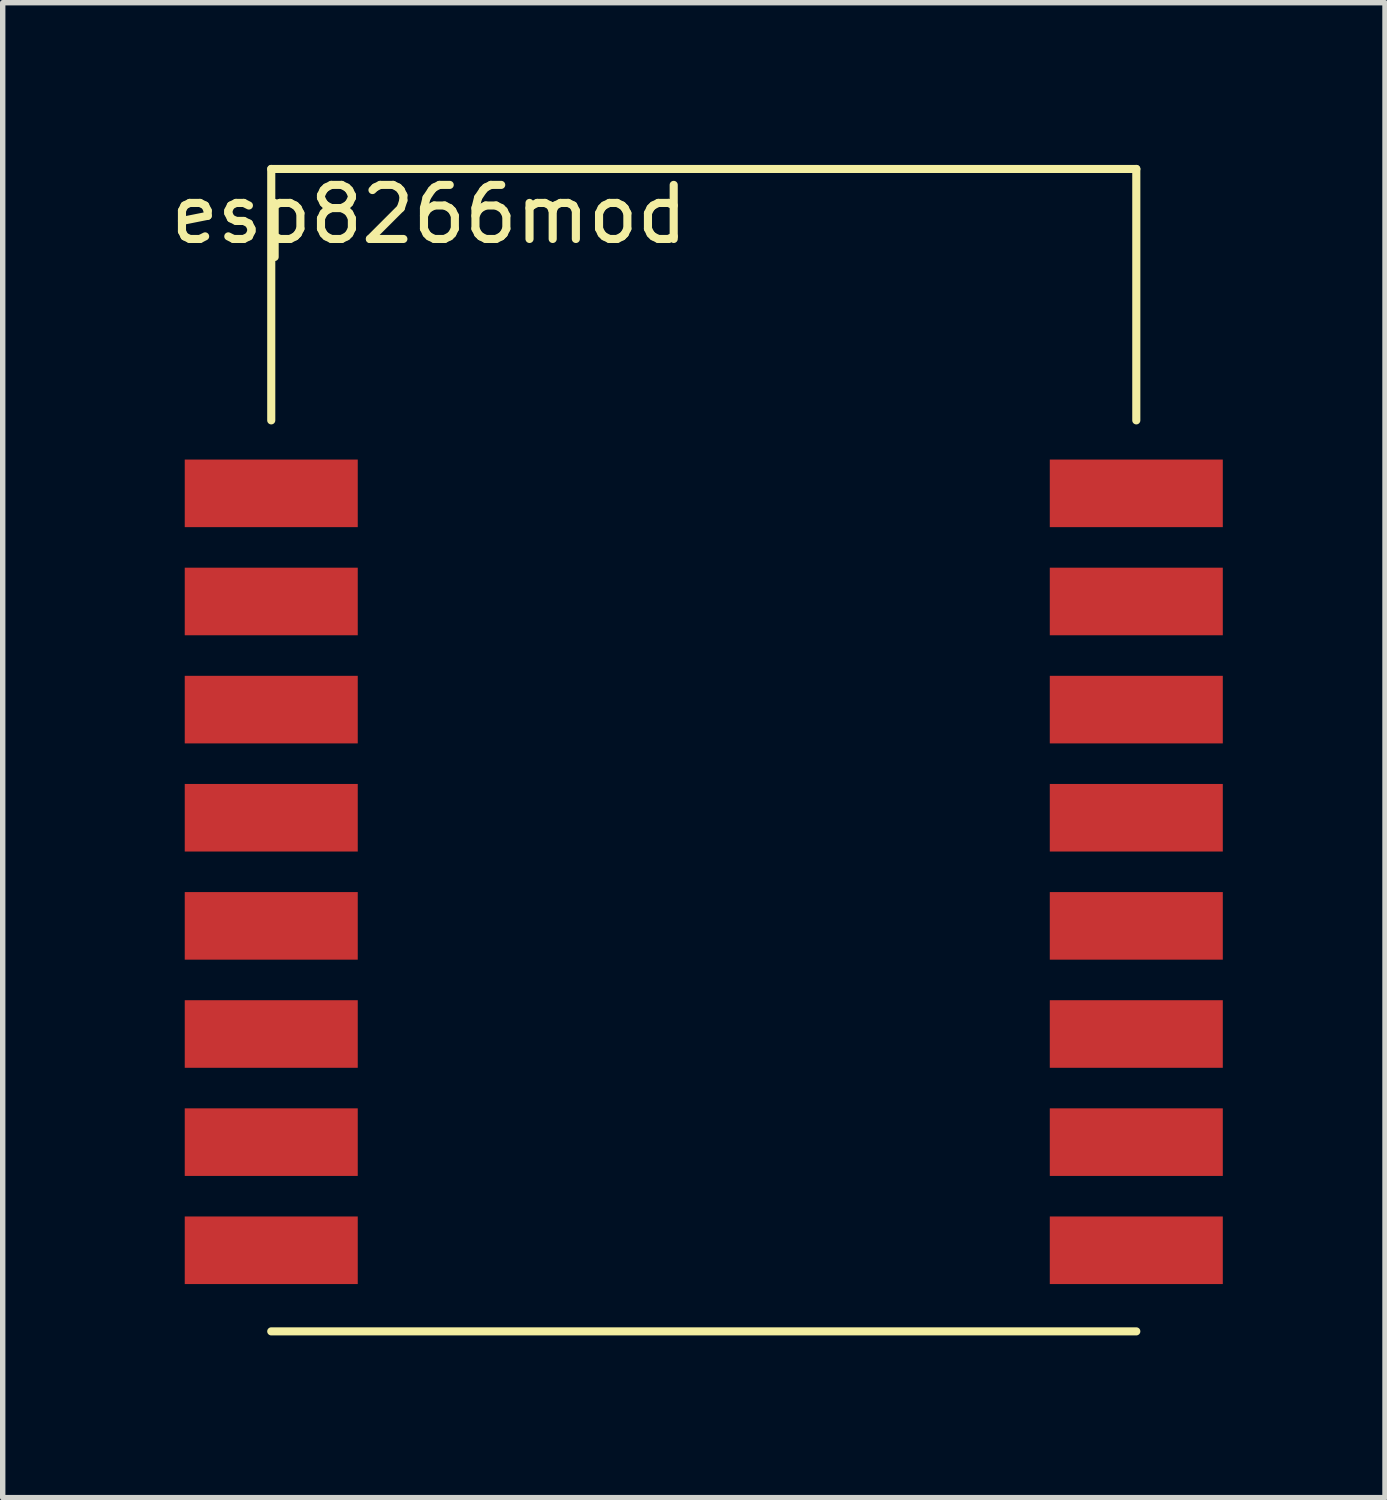
<source format=kicad_pcb>
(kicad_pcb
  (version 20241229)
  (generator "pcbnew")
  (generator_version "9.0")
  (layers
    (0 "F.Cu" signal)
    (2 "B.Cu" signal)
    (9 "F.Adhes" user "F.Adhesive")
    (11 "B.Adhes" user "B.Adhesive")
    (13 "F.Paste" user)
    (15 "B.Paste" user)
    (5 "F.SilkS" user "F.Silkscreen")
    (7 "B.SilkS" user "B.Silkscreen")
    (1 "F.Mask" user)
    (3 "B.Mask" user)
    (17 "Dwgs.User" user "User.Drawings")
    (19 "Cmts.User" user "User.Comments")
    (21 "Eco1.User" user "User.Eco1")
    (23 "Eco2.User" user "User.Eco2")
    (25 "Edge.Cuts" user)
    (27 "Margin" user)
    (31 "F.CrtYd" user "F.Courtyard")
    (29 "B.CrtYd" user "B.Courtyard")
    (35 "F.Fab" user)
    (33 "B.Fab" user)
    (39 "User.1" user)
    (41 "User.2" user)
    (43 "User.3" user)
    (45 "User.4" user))
  (footprint "esp8266mod"
    (layer "F.Cu")
    (at 9.967 11.075)
    (property "Reference" "esp8266mod" (at -5.08 -10.16 0) (layer "F.SilkS") (effects (font (size 1 1) (thickness 0.15))))
    (attr through_hole)
    (fp_line (start -8 -11) (end -8 -6.35) (stroke (width 0.15) (type solid)) (layer "F.SilkS"))
    (fp_line (start -8 -11) (end 8 -11) (stroke (width 0.15) (type solid)) (layer "F.SilkS"))
    (fp_line (start -8 10.5) (end 8 10.5) (stroke (width 0.15) (type solid)) (layer "F.SilkS"))
    (fp_line (start 8 -11) (end 8 -6.35) (stroke (width 0.15) (type solid)) (layer "F.SilkS"))
    (pad "1" smd rect (at -8 -5) (size 3.2 1.25) (layers "F.Cu" "F.Mask" "F.Paste"))
    (pad "2" smd rect (at -8 -3) (size 3.2 1.25) (layers "F.Cu" "F.Mask" "F.Paste"))
    (pad "3" smd rect (at -8 -1) (size 3.2 1.25) (layers "F.Cu" "F.Mask" "F.Paste"))
    (pad "4" smd rect (at -8 1) (size 3.2 1.25) (layers "F.Cu" "F.Mask" "F.Paste"))
    (pad "5" smd rect (at -8 3) (size 3.2 1.25) (layers "F.Cu" "F.Mask" "F.Paste"))
    (pad "6" smd rect (at -8 5) (size 3.2 1.25) (layers "F.Cu" "F.Mask" "F.Paste"))
    (pad "7" smd rect (at -8 7) (size 3.2 1.25) (layers "F.Cu" "F.Mask" "F.Paste"))
    (pad "8" smd rect (at -8 9) (size 3.2 1.25) (layers "F.Cu" "F.Mask" "F.Paste"))
    (pad "9" smd rect (at 8 9) (size 3.2 1.25) (layers "F.Cu" "F.Mask" "F.Paste"))
    (pad "10" smd rect (at 8 7) (size 3.2 1.25) (layers "F.Cu" "F.Mask" "F.Paste"))
    (pad "11" smd rect (at 8 5) (size 3.2 1.25) (layers "F.Cu" "F.Mask" "F.Paste"))
    (pad "12" smd rect (at 8 3) (size 3.2 1.25) (layers "F.Cu" "F.Mask" "F.Paste"))
    (pad "13" smd rect (at 8 1) (size 3.2 1.25) (layers "F.Cu" "F.Mask" "F.Paste"))
    (pad "14" smd rect (at 8 -1) (size 3.2 1.25) (layers "F.Cu" "F.Mask" "F.Paste"))
    (pad "15" smd rect (at 8 -3) (size 3.2 1.25) (layers "F.Cu" "F.Mask" "F.Paste"))
    (pad "16" smd rect (at 8 -5) (size 3.2 1.25) (layers "F.Cu" "F.Mask" "F.Paste")))
  (gr_rect
    (start -3 -3)
    (end 22.567 24.65)
    (stroke (width 0.1) (type default))
    (fill no)
    (layer "Edge.Cuts")))
</source>
